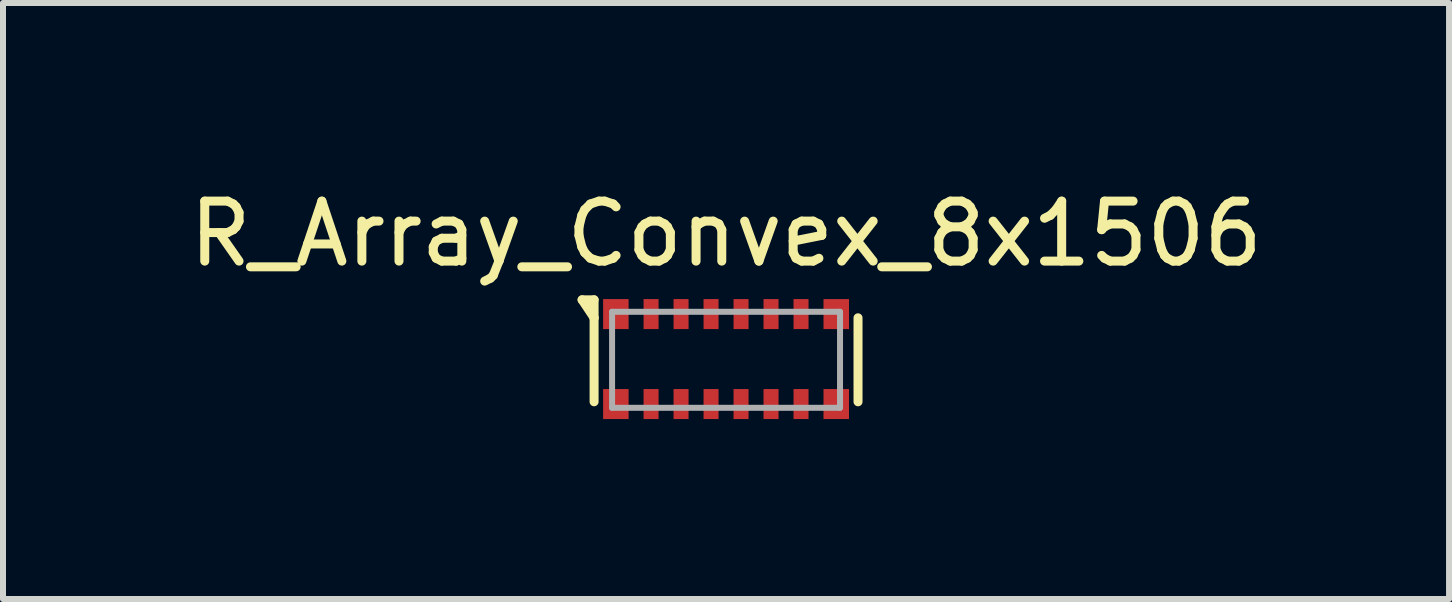
<source format=kicad_pcb>
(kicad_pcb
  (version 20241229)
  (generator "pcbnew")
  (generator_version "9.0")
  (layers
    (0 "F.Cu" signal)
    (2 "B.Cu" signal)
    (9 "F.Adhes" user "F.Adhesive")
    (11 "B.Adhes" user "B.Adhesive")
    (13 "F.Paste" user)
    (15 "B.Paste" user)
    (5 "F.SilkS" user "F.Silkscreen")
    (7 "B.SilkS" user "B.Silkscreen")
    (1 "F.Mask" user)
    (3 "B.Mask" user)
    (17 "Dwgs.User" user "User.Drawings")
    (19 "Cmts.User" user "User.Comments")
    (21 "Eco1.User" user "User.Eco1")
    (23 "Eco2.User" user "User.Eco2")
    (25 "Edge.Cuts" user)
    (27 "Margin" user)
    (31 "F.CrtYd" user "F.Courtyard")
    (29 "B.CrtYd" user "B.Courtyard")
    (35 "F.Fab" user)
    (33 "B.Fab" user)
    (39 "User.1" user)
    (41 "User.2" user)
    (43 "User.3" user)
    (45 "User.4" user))
  (footprint "R_Array_Convex_8x1506"
    (layer "F.Cu")
    (at 9.054 2.948)
    (property "Reference" "R_Array_Convex_8x1506" (at 0 -2.1 0) (unlocked yes) (layer "F.SilkS") (effects (font (size 1 1) (thickness 0.15))))
    (attr smd)
    (fp_line (start -2.4 -1) (end -2.2 -0.7) (stroke (width 0.15) (type solid)) (layer "F.SilkS"))
    (fp_line (start -2.2 -1) (end -2.4 -1) (stroke (width 0.15) (type solid)) (layer "F.SilkS"))
    (fp_line (start -2.2 -0.7) (end -2.2 -1) (stroke (width 0.15) (type solid)) (layer "F.SilkS"))
    (fp_line (start -2.2 -0.7) (end -2.2 0.7) (stroke (width 0.15) (type solid)) (layer "F.SilkS"))
    (fp_line (start 2.2 -0.7) (end 2.2 0.7) (stroke (width 0.15) (type solid)) (layer "F.SilkS"))
    (fp_line (start -1.9 -0.8) (end -1.9 0.8) (stroke (width 0.1) (type solid)) (layer "F.Fab"))
    (fp_line (start -1.9 -0.8) (end 1.9 -0.8) (stroke (width 0.1) (type solid)) (layer "F.Fab"))
    (fp_line (start -1.9 0.8) (end 1.9 0.8) (stroke (width 0.1) (type solid)) (layer "F.Fab"))
    (fp_line (start 1.9 -0.8) (end 1.9 0.8) (stroke (width 0.1) (type solid)) (layer "F.Fab"))
    (pad "1" smd rect (at -1.837 -0.762) (size 0.425 0.5) (layers "F.Cu" "F.Mask" "F.Paste"))
    (pad "2" smd rect (at -1.25 -0.762) (size 0.25 0.5) (layers "F.Cu" "F.Mask" "F.Paste"))
    (pad "3" smd rect (at -0.75 -0.762) (size 0.25 0.5) (layers "F.Cu" "F.Mask" "F.Paste"))
    (pad "4" smd rect (at -0.25 -0.762) (size 0.25 0.5) (layers "F.Cu" "F.Mask" "F.Paste"))
    (pad "5" smd rect (at 0.25 -0.762) (size 0.25 0.5) (layers "F.Cu" "F.Mask" "F.Paste"))
    (pad "6" smd rect (at 0.75 -0.762) (size 0.25 0.5) (layers "F.Cu" "F.Mask" "F.Paste"))
    (pad "7" smd rect (at 1.25 -0.762) (size 0.25 0.5) (layers "F.Cu" "F.Mask" "F.Paste"))
    (pad "8" smd rect (at 1.837 -0.762) (size 0.425 0.5) (layers "F.Cu" "F.Mask" "F.Paste"))
    (pad "9" smd rect (at 1.837 0.738) (size 0.425 0.5) (layers "F.Cu" "F.Mask" "F.Paste"))
    (pad "10" smd rect (at 1.25 0.738) (size 0.25 0.5) (layers "F.Cu" "F.Mask" "F.Paste"))
    (pad "11" smd rect (at 0.75 0.738) (size 0.25 0.5) (layers "F.Cu" "F.Mask" "F.Paste"))
    (pad "12" smd rect (at 0.25 0.738) (size 0.25 0.5) (layers "F.Cu" "F.Mask" "F.Paste"))
    (pad "13" smd rect (at -0.25 0.738) (size 0.25 0.5) (layers "F.Cu" "F.Mask" "F.Paste"))
    (pad "14" smd rect (at -0.75 0.738) (size 0.25 0.5) (layers "F.Cu" "F.Mask" "F.Paste"))
    (pad "15" smd rect (at -1.25 0.738) (size 0.25 0.5) (layers "F.Cu" "F.Mask" "F.Paste"))
    (pad "16" smd rect (at -1.837 0.738) (size 0.425 0.5) (layers "F.Cu" "F.Mask" "F.Paste")))
  (gr_rect
    (start -3 -3)
    (end 21.107 6.936)
    (stroke (width 0.1) (type default))
    (fill no)
    (layer "Edge.Cuts")))
</source>
